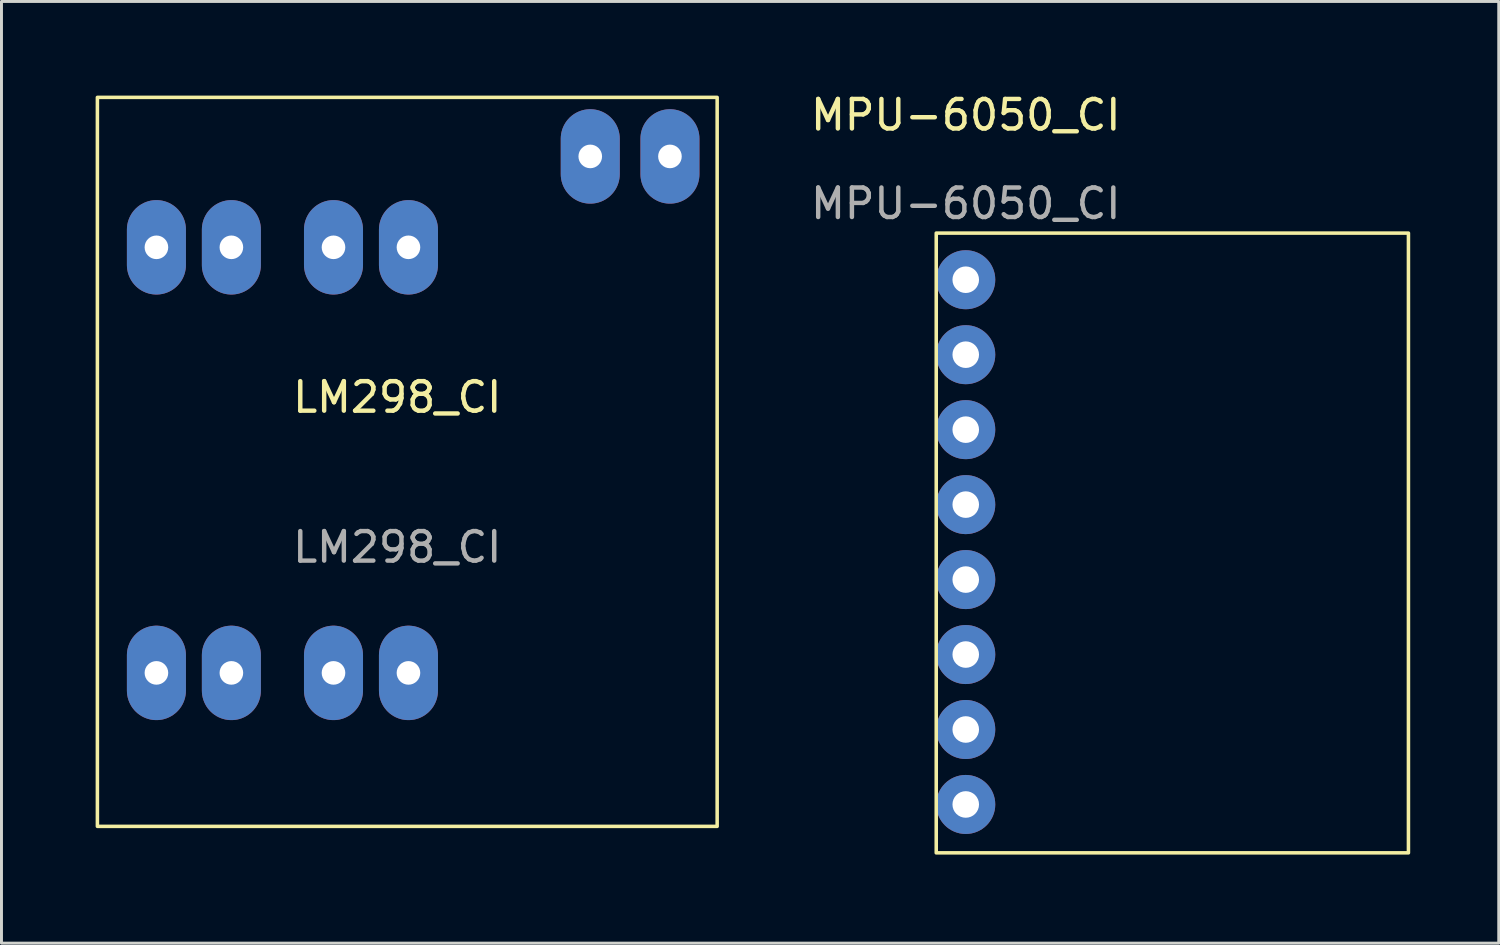
<source format=kicad_pcb>
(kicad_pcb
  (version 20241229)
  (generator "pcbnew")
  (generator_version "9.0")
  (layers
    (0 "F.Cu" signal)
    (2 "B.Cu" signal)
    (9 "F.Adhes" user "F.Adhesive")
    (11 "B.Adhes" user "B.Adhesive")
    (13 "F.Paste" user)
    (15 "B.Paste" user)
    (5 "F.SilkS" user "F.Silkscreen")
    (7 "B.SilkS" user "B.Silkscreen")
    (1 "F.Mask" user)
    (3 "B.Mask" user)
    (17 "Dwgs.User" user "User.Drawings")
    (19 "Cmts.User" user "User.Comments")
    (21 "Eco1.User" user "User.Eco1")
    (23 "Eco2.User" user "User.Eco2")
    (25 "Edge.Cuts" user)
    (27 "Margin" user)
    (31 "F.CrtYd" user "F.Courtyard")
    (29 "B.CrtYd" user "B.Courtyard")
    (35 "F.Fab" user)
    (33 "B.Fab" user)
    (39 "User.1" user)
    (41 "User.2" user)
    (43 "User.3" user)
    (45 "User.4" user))
  (footprint "MPU-6050_CI"
    (layer "F.Cu")
    (at 29.673 1.348)
    (property "Reference" "MPU-6050_CI" (at 0 -0.5 0) (unlocked yes) (layer "F.SilkS") (effects (font (size 1 1) (thickness 0.15))))
    (attr through_hole)
    (fp_rect (start -1 3.5) (end 15 24.5) (stroke (width 0.12) (type solid)) (fill no) (layer "F.SilkS"))
    (fp_text user "${REFERENCE}" (at 0 2.5 0) (unlocked yes) (layer "F.Fab") (effects (font (size 1 1) (thickness 0.15))))
    (pad "1" thru_hole circle (at 0 5.08) (size 2 2) (drill 0.9) (layers "*.Cu" "*.Mask"))
    (pad "2" thru_hole circle (at 0 7.62) (size 2 2) (drill 0.9) (layers "*.Cu" "*.Mask"))
    (pad "3" thru_hole circle (at 0 10.16) (size 2 2) (drill 0.9) (layers "*.Cu" "*.Mask"))
    (pad "4" thru_hole circle (at 0 12.7) (size 2 2) (drill 0.9) (layers "*.Cu" "*.Mask"))
    (pad "5" thru_hole circle (at 0 15.24) (size 2 2) (drill 0.9) (layers "*.Cu" "*.Mask"))
    (pad "6" thru_hole circle (at 0 17.78) (size 2 2) (drill 0.9) (layers "*.Cu" "*.Mask"))
    (pad "7" thru_hole circle (at 0 20.32) (size 2 2) (drill 0.9) (layers "*.Cu" "*.Mask"))
    (pad "8" thru_hole circle (at 0 22.86) (size 2 2) (drill 0.9) (layers "*.Cu" "*.Mask")))
  (footprint "LM298_CI"
    (layer "F.Cu")
    (at 0.25 0.25)
    (property "Reference" "LM298_CI" (at 10.16 10.16 0) (unlocked yes) (layer "F.SilkS") (effects (font (size 1 1) (thickness 0.15))))
    (attr through_hole)
    (fp_rect (start 0 0) (end 21 24.7) (stroke (width 0.12) (type solid)) (fill no) (layer "F.SilkS"))
    (fp_text user "${REFERENCE}" (at 10.16 15.24 0) (unlocked yes) (layer "F.Fab") (effects (font (size 1 1) (thickness 0.15))))
    (pad "1" thru_hole oval (at 19.4 2) (size 2 3.2) (drill 0.8) (layers "*.Cu" "*.Mask"))
    (pad "2" thru_hole oval (at 16.7 2) (size 2 3.2) (drill 0.8) (layers "*.Cu" "*.Mask"))
    (pad "3" thru_hole oval (at 10.54 5.08) (size 2 3.2) (drill 0.8) (layers "*.Cu" "*.Mask"))
    (pad "4" thru_hole oval (at 8 5.08) (size 2 3.2) (drill 0.8) (layers "*.Cu" "*.Mask"))
    (pad "5" thru_hole oval (at 4.54 5.08) (size 2 3.2) (drill 0.8) (layers "*.Cu" "*.Mask"))
    (pad "6" thru_hole oval (at 2 5.08) (size 2 3.2) (drill 0.8) (layers "*.Cu" "*.Mask"))
    (pad "7" thru_hole oval (at 10.54 19.5) (size 2 3.2) (drill 0.8) (layers "*.Cu" "*.Mask"))
    (pad "8" thru_hole oval (at 8 19.5) (size 2 3.2) (drill 0.8) (layers "*.Cu" "*.Mask"))
    (pad "9" thru_hole oval (at 4.54 19.5) (size 2 3.2) (drill 0.8) (layers "*.Cu" "*.Mask"))
    (pad "10" thru_hole oval (at 2 19.5) (size 2 3.2) (drill 0.8) (layers "*.Cu" "*.Mask")))
  (gr_rect
    (start -3 -3)
    (end 47.733 28.908)
    (stroke (width 0.1) (type default))
    (fill no)
    (layer "Edge.Cuts")))
</source>
